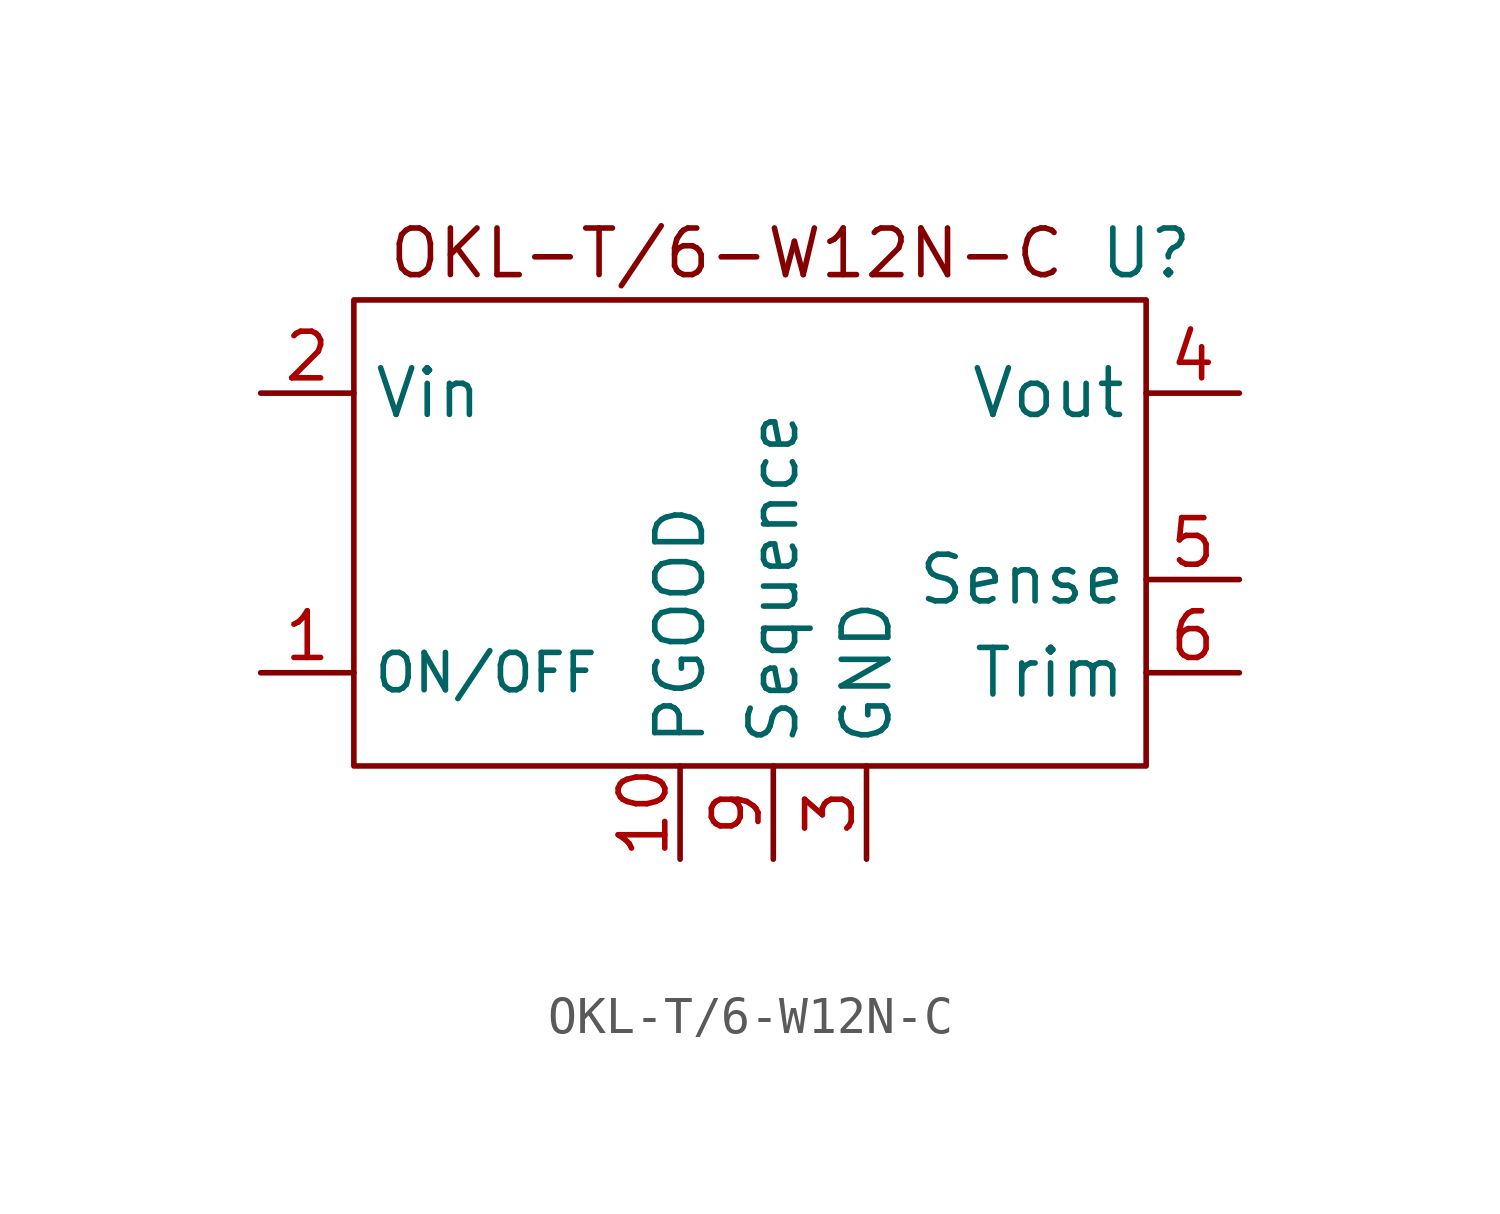
<source format=kicad_sym>
(kicad_symbol_lib
  (version 20220914)
  (generator kicad_symbol_editor)
  (symbol "OKL-T/6-W12N-C"
    (property "Reference" "U"
      (at 10.16 11.43 0)
      (effects (font (size 1.27 1.27))))
    (property "Value" ""
      (at 10.16 -6.35 0)
      (effects (font (size 1.27 1.27))))
    (symbol "OKL-T/6-W12N-C_1_1"
      (rectangle (start 10.16 -2.54) (end -11.43 10.16) (stroke (width 0) (type default)) (fill (type none)))
      (text "OKL-T/6-W12N-C" (at -1.27 11.43 0) (effects (font (size 1.27 1.27))))
      (pin input line (at -13.97 0 0) (length 2.54) (name "ON/OFF" (effects (font (size 1.016 1.016)))) (number "1" (effects (font (size 1.27 1.27)))))
      (pin passive line (at -2.54 -5.08 90) (length 2.54) (name "PGOOD" (effects (font (size 1.27 1.27)))) (number "10" (effects (font (size 1.27 1.27)))))
      (pin no_connect line (at -13.97 2.54 0) (length 2.54) hide (name "N.C." (effects (font (size 1.27 1.27)))) (number "11" (effects (font (size 1.27 1.27)))))
      (pin no_connect line (at 12.7 5.08 180) (length 2.54) hide (name "N.C." (effects (font (size 1.27 1.27)))) (number "12" (effects (font (size 1.27 1.27)))))
      (pin power_in line (at -13.97 7.62 0) (length 2.54) (name "Vin" (effects (font (size 1.27 1.27)))) (number "2" (effects (font (size 1.27 1.27)))))
      (pin power_in line (at 2.54 -5.08 90) (length 2.54) (name "GND" (effects (font (size 1.27 1.27)))) (number "3" (effects (font (size 1.27 1.27)))))
      (pin power_out line (at 12.7 7.62 180) (length 2.54) (name "Vout" (effects (font (size 1.27 1.27)))) (number "4" (effects (font (size 1.27 1.27)))))
      (pin input line (at 12.7 2.54 180) (length 2.54) (name "Sense" (effects (font (size 1.27 1.27)))) (number "5" (effects (font (size 1.27 1.27)))))
      (pin input line (at 12.7 0 180) (length 2.54) (name "Trim" (effects (font (size 1.27 1.27)))) (number "6" (effects (font (size 1.27 1.27)))))
      (pin power_in line (at 2.54 -5.08 90) (length 2.54) hide (name "GND" (effects (font (size 1.27 1.27)))) (number "7" (effects (font (size 1.27 1.27)))))
      (pin no_connect line (at -13.97 5.08 0) (length 2.54) hide (name "N.C." (effects (font (size 1.27 1.27)))) (number "8" (effects (font (size 1.27 1.27)))))
      (pin passive line (at 0 -5.08 90) (length 2.54) (name "Sequence" (effects (font (size 1.27 1.27)))) (number "9" (effects (font (size 1.27 1.27))))))))
</source>
